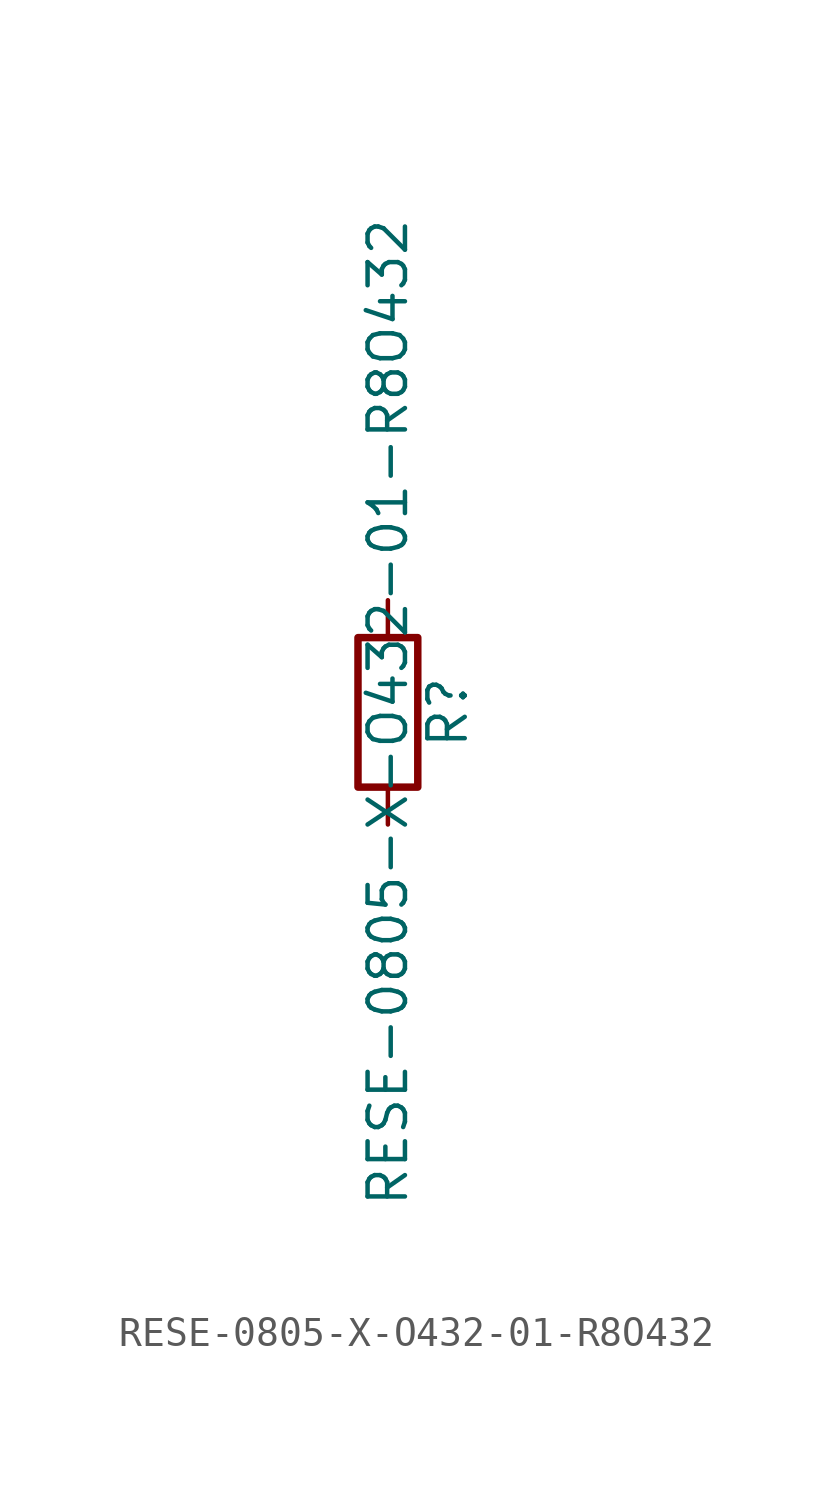
<source format=kicad_sym>
(kicad_symbol_lib
  (version 20211014)
  (generator kicad_symbol_editor)
  (symbol "RESE-0805-X-O432-01-R8O432"
    (pin_numbers hide)
    (pin_names
      (offset 0))
    (property "Reference" "R"
      (at 2.032 0 90)
      (effects (font (size 1.27 1.27))))
    (property "Value" "RESE-0805-X-O432-01-R8O432"
      (at 0 0 90)
      (effects (font (size 1.27 1.27))))
    (symbol "RESE-0805-X-O432-01-R8O432_0_1"
      (rectangle (start -1.016 -2.54) (end 1.016 2.54) (stroke (width 0.254) (type default) (color 0 0 0 0)) (fill (type none))))
    (symbol "RESE-0805-X-O432-01-R8O432_1_1"
      (pin passive line (at 0 3.81 270) (length 1.27) (name "~" (effects (font (size 1.27 1.27)))) (number "1" (effects (font (size 1.27 1.27)))))
      (pin passive line (at 0 -3.81 90) (length 1.27) (name "~" (effects (font (size 1.27 1.27)))) (number "2" (effects (font (size 1.27 1.27))))))))
</source>
